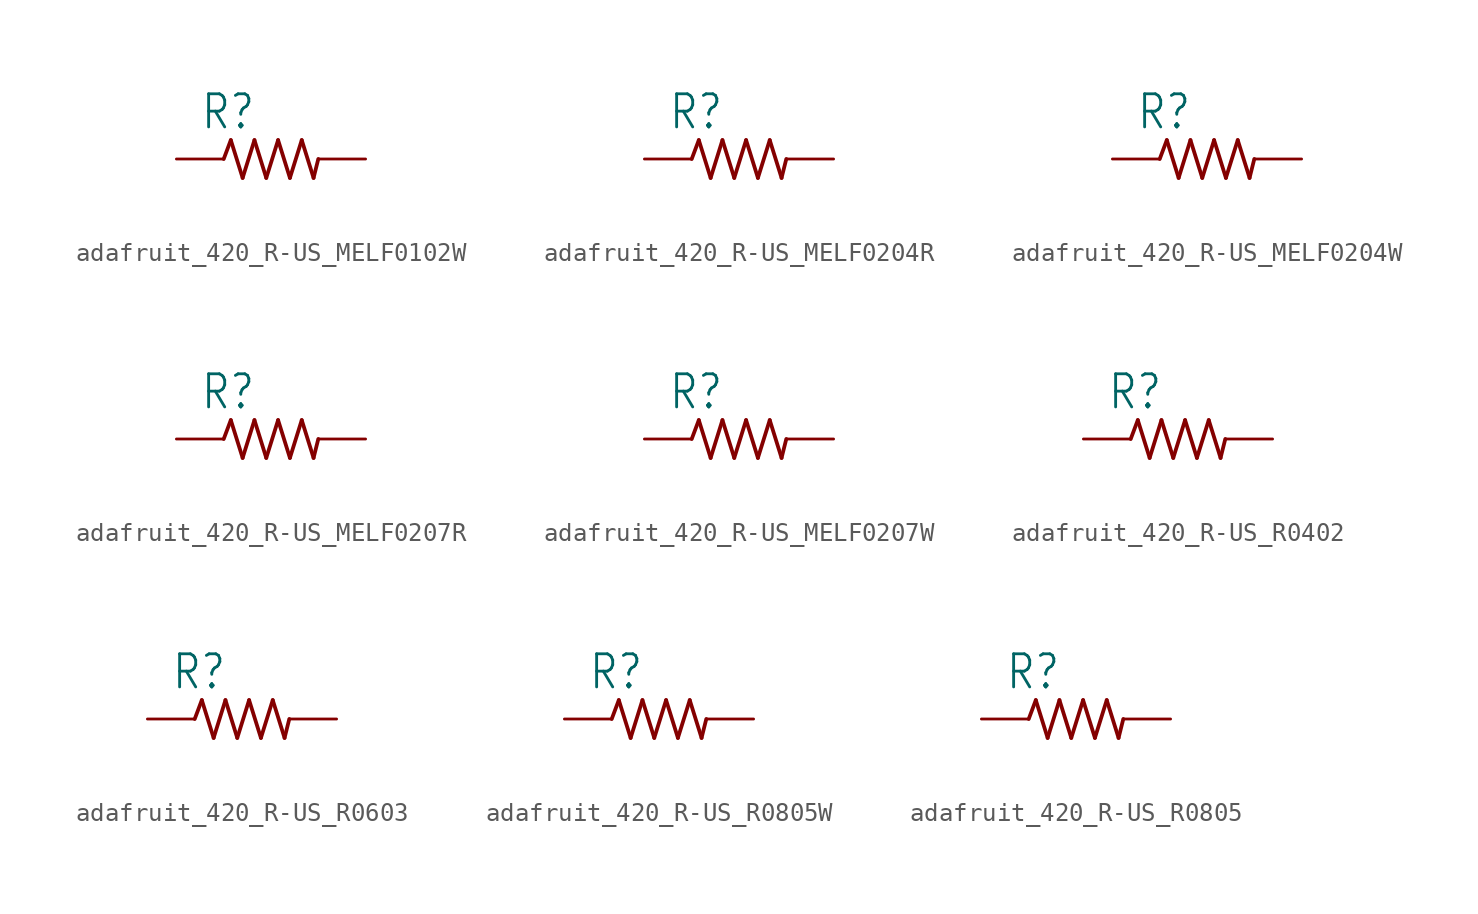
<source format=kicad_sym>
(kicad_symbol_lib
  (version 20241209)
  (generator "kicad_symbol_editor")
  (generator_version "9.0")
  (symbol "adafruit_420_R-US_MELF0102W"
    (property "Reference" "R"
      (at -3.81 1.499 0)
      (effects (font (size 1.778 1.511)) (justify left bottom)))
    (property "Value" ""
      (at -3.81 -3.302 0)
      (effects (font (size 1.778 1.511)) (justify left bottom)))
    (property "ki_locked" ""
      (at 0 0 0)
      (effects (font (size 1.27 1.27))))
    (symbol "adafruit_420_R-US_MELF0102W_1_0"
      (polyline (pts (xy -2.54 0) (xy -2.159 1.016)) (stroke (width 0.203) (type solid)) (fill (type none)))
      (polyline (pts (xy -2.159 1.016) (xy -1.524 -1.016)) (stroke (width 0.203) (type solid)) (fill (type none)))
      (polyline (pts (xy -1.524 -1.016) (xy -0.889 1.016)) (stroke (width 0.203) (type solid)) (fill (type none)))
      (polyline (pts (xy -0.889 1.016) (xy -0.254 -1.016)) (stroke (width 0.203) (type solid)) (fill (type none)))
      (polyline (pts (xy -0.254 -1.016) (xy 0.381 1.016)) (stroke (width 0.203) (type solid)) (fill (type none)))
      (polyline (pts (xy 0.381 1.016) (xy 1.016 -1.016)) (stroke (width 0.203) (type solid)) (fill (type none)))
      (polyline (pts (xy 1.016 -1.016) (xy 1.651 1.016)) (stroke (width 0.203) (type solid)) (fill (type none)))
      (polyline (pts (xy 1.651 1.016) (xy 2.286 -1.016)) (stroke (width 0.203) (type solid)) (fill (type none)))
      (polyline (pts (xy 2.286 -1.016) (xy 2.54 0)) (stroke (width 0.203) (type solid)) (fill (type none)))
      (pin passive line (at -5.08 0 0) (length 2.54) (name "1" (effects (font (size 0 0)))) (number "1" (effects (font (size 0 0)))))
      (pin passive line (at 5.08 0 180) (length 2.54) (name "2" (effects (font (size 0 0)))) (number "2" (effects (font (size 0 0)))))))
  (symbol "adafruit_420_R-US_MELF0204R"
    (property "Reference" "R"
      (at -3.81 1.499 0)
      (effects (font (size 1.778 1.511)) (justify left bottom)))
    (property "Value" ""
      (at -3.81 -3.302 0)
      (effects (font (size 1.778 1.511)) (justify left bottom)))
    (property "ki_locked" ""
      (at 0 0 0)
      (effects (font (size 1.27 1.27))))
    (symbol "adafruit_420_R-US_MELF0204R_1_0"
      (polyline (pts (xy -2.54 0) (xy -2.159 1.016)) (stroke (width 0.203) (type solid)) (fill (type none)))
      (polyline (pts (xy -2.159 1.016) (xy -1.524 -1.016)) (stroke (width 0.203) (type solid)) (fill (type none)))
      (polyline (pts (xy -1.524 -1.016) (xy -0.889 1.016)) (stroke (width 0.203) (type solid)) (fill (type none)))
      (polyline (pts (xy -0.889 1.016) (xy -0.254 -1.016)) (stroke (width 0.203) (type solid)) (fill (type none)))
      (polyline (pts (xy -0.254 -1.016) (xy 0.381 1.016)) (stroke (width 0.203) (type solid)) (fill (type none)))
      (polyline (pts (xy 0.381 1.016) (xy 1.016 -1.016)) (stroke (width 0.203) (type solid)) (fill (type none)))
      (polyline (pts (xy 1.016 -1.016) (xy 1.651 1.016)) (stroke (width 0.203) (type solid)) (fill (type none)))
      (polyline (pts (xy 1.651 1.016) (xy 2.286 -1.016)) (stroke (width 0.203) (type solid)) (fill (type none)))
      (polyline (pts (xy 2.286 -1.016) (xy 2.54 0)) (stroke (width 0.203) (type solid)) (fill (type none)))
      (pin passive line (at -5.08 0 0) (length 2.54) (name "1" (effects (font (size 0 0)))) (number "1" (effects (font (size 0 0)))))
      (pin passive line (at 5.08 0 180) (length 2.54) (name "2" (effects (font (size 0 0)))) (number "2" (effects (font (size 0 0)))))))
  (symbol "adafruit_420_R-US_MELF0204W"
    (property "Reference" "R"
      (at -3.81 1.499 0)
      (effects (font (size 1.778 1.511)) (justify left bottom)))
    (property "Value" ""
      (at -3.81 -3.302 0)
      (effects (font (size 1.778 1.511)) (justify left bottom)))
    (property "ki_locked" ""
      (at 0 0 0)
      (effects (font (size 1.27 1.27))))
    (symbol "adafruit_420_R-US_MELF0204W_1_0"
      (polyline (pts (xy -2.54 0) (xy -2.159 1.016)) (stroke (width 0.203) (type solid)) (fill (type none)))
      (polyline (pts (xy -2.159 1.016) (xy -1.524 -1.016)) (stroke (width 0.203) (type solid)) (fill (type none)))
      (polyline (pts (xy -1.524 -1.016) (xy -0.889 1.016)) (stroke (width 0.203) (type solid)) (fill (type none)))
      (polyline (pts (xy -0.889 1.016) (xy -0.254 -1.016)) (stroke (width 0.203) (type solid)) (fill (type none)))
      (polyline (pts (xy -0.254 -1.016) (xy 0.381 1.016)) (stroke (width 0.203) (type solid)) (fill (type none)))
      (polyline (pts (xy 0.381 1.016) (xy 1.016 -1.016)) (stroke (width 0.203) (type solid)) (fill (type none)))
      (polyline (pts (xy 1.016 -1.016) (xy 1.651 1.016)) (stroke (width 0.203) (type solid)) (fill (type none)))
      (polyline (pts (xy 1.651 1.016) (xy 2.286 -1.016)) (stroke (width 0.203) (type solid)) (fill (type none)))
      (polyline (pts (xy 2.286 -1.016) (xy 2.54 0)) (stroke (width 0.203) (type solid)) (fill (type none)))
      (pin passive line (at -5.08 0 0) (length 2.54) (name "1" (effects (font (size 0 0)))) (number "1" (effects (font (size 0 0)))))
      (pin passive line (at 5.08 0 180) (length 2.54) (name "2" (effects (font (size 0 0)))) (number "2" (effects (font (size 0 0)))))))
  (symbol "adafruit_420_R-US_MELF0207R"
    (property "Reference" "R"
      (at -3.81 1.499 0)
      (effects (font (size 1.778 1.511)) (justify left bottom)))
    (property "Value" ""
      (at -3.81 -3.302 0)
      (effects (font (size 1.778 1.511)) (justify left bottom)))
    (property "ki_locked" ""
      (at 0 0 0)
      (effects (font (size 1.27 1.27))))
    (symbol "adafruit_420_R-US_MELF0207R_1_0"
      (polyline (pts (xy -2.54 0) (xy -2.159 1.016)) (stroke (width 0.203) (type solid)) (fill (type none)))
      (polyline (pts (xy -2.159 1.016) (xy -1.524 -1.016)) (stroke (width 0.203) (type solid)) (fill (type none)))
      (polyline (pts (xy -1.524 -1.016) (xy -0.889 1.016)) (stroke (width 0.203) (type solid)) (fill (type none)))
      (polyline (pts (xy -0.889 1.016) (xy -0.254 -1.016)) (stroke (width 0.203) (type solid)) (fill (type none)))
      (polyline (pts (xy -0.254 -1.016) (xy 0.381 1.016)) (stroke (width 0.203) (type solid)) (fill (type none)))
      (polyline (pts (xy 0.381 1.016) (xy 1.016 -1.016)) (stroke (width 0.203) (type solid)) (fill (type none)))
      (polyline (pts (xy 1.016 -1.016) (xy 1.651 1.016)) (stroke (width 0.203) (type solid)) (fill (type none)))
      (polyline (pts (xy 1.651 1.016) (xy 2.286 -1.016)) (stroke (width 0.203) (type solid)) (fill (type none)))
      (polyline (pts (xy 2.286 -1.016) (xy 2.54 0)) (stroke (width 0.203) (type solid)) (fill (type none)))
      (pin passive line (at -5.08 0 0) (length 2.54) (name "1" (effects (font (size 0 0)))) (number "1" (effects (font (size 0 0)))))
      (pin passive line (at 5.08 0 180) (length 2.54) (name "2" (effects (font (size 0 0)))) (number "2" (effects (font (size 0 0)))))))
  (symbol "adafruit_420_R-US_MELF0207W"
    (property "Reference" "R"
      (at -3.81 1.499 0)
      (effects (font (size 1.778 1.511)) (justify left bottom)))
    (property "Value" ""
      (at -3.81 -3.302 0)
      (effects (font (size 1.778 1.511)) (justify left bottom)))
    (property "ki_locked" ""
      (at 0 0 0)
      (effects (font (size 1.27 1.27))))
    (symbol "adafruit_420_R-US_MELF0207W_1_0"
      (polyline (pts (xy -2.54 0) (xy -2.159 1.016)) (stroke (width 0.203) (type solid)) (fill (type none)))
      (polyline (pts (xy -2.159 1.016) (xy -1.524 -1.016)) (stroke (width 0.203) (type solid)) (fill (type none)))
      (polyline (pts (xy -1.524 -1.016) (xy -0.889 1.016)) (stroke (width 0.203) (type solid)) (fill (type none)))
      (polyline (pts (xy -0.889 1.016) (xy -0.254 -1.016)) (stroke (width 0.203) (type solid)) (fill (type none)))
      (polyline (pts (xy -0.254 -1.016) (xy 0.381 1.016)) (stroke (width 0.203) (type solid)) (fill (type none)))
      (polyline (pts (xy 0.381 1.016) (xy 1.016 -1.016)) (stroke (width 0.203) (type solid)) (fill (type none)))
      (polyline (pts (xy 1.016 -1.016) (xy 1.651 1.016)) (stroke (width 0.203) (type solid)) (fill (type none)))
      (polyline (pts (xy 1.651 1.016) (xy 2.286 -1.016)) (stroke (width 0.203) (type solid)) (fill (type none)))
      (polyline (pts (xy 2.286 -1.016) (xy 2.54 0)) (stroke (width 0.203) (type solid)) (fill (type none)))
      (pin passive line (at -5.08 0 0) (length 2.54) (name "1" (effects (font (size 0 0)))) (number "1" (effects (font (size 0 0)))))
      (pin passive line (at 5.08 0 180) (length 2.54) (name "2" (effects (font (size 0 0)))) (number "2" (effects (font (size 0 0)))))))
  (symbol "adafruit_420_R-US_R0402"
    (property "Reference" "R"
      (at -3.81 1.499 0)
      (effects (font (size 1.778 1.511)) (justify left bottom)))
    (property "Value" ""
      (at -3.81 -3.302 0)
      (effects (font (size 1.778 1.511)) (justify left bottom)))
    (property "ki_locked" ""
      (at 0 0 0)
      (effects (font (size 1.27 1.27))))
    (symbol "adafruit_420_R-US_R0402_1_0"
      (polyline (pts (xy -2.54 0) (xy -2.159 1.016)) (stroke (width 0.203) (type solid)) (fill (type none)))
      (polyline (pts (xy -2.159 1.016) (xy -1.524 -1.016)) (stroke (width 0.203) (type solid)) (fill (type none)))
      (polyline (pts (xy -1.524 -1.016) (xy -0.889 1.016)) (stroke (width 0.203) (type solid)) (fill (type none)))
      (polyline (pts (xy -0.889 1.016) (xy -0.254 -1.016)) (stroke (width 0.203) (type solid)) (fill (type none)))
      (polyline (pts (xy -0.254 -1.016) (xy 0.381 1.016)) (stroke (width 0.203) (type solid)) (fill (type none)))
      (polyline (pts (xy 0.381 1.016) (xy 1.016 -1.016)) (stroke (width 0.203) (type solid)) (fill (type none)))
      (polyline (pts (xy 1.016 -1.016) (xy 1.651 1.016)) (stroke (width 0.203) (type solid)) (fill (type none)))
      (polyline (pts (xy 1.651 1.016) (xy 2.286 -1.016)) (stroke (width 0.203) (type solid)) (fill (type none)))
      (polyline (pts (xy 2.286 -1.016) (xy 2.54 0)) (stroke (width 0.203) (type solid)) (fill (type none)))
      (pin passive line (at -5.08 0 0) (length 2.54) (name "1" (effects (font (size 0 0)))) (number "1" (effects (font (size 0 0)))))
      (pin passive line (at 5.08 0 180) (length 2.54) (name "2" (effects (font (size 0 0)))) (number "2" (effects (font (size 0 0)))))))
  (symbol "adafruit_420_R-US_R0603"
    (property "Reference" "R"
      (at -3.81 1.499 0)
      (effects (font (size 1.778 1.511)) (justify left bottom)))
    (property "Value" ""
      (at -3.81 -3.302 0)
      (effects (font (size 1.778 1.511)) (justify left bottom)))
    (property "ki_locked" ""
      (at 0 0 0)
      (effects (font (size 1.27 1.27))))
    (symbol "adafruit_420_R-US_R0603_1_0"
      (polyline (pts (xy -2.54 0) (xy -2.159 1.016)) (stroke (width 0.203) (type solid)) (fill (type none)))
      (polyline (pts (xy -2.159 1.016) (xy -1.524 -1.016)) (stroke (width 0.203) (type solid)) (fill (type none)))
      (polyline (pts (xy -1.524 -1.016) (xy -0.889 1.016)) (stroke (width 0.203) (type solid)) (fill (type none)))
      (polyline (pts (xy -0.889 1.016) (xy -0.254 -1.016)) (stroke (width 0.203) (type solid)) (fill (type none)))
      (polyline (pts (xy -0.254 -1.016) (xy 0.381 1.016)) (stroke (width 0.203) (type solid)) (fill (type none)))
      (polyline (pts (xy 0.381 1.016) (xy 1.016 -1.016)) (stroke (width 0.203) (type solid)) (fill (type none)))
      (polyline (pts (xy 1.016 -1.016) (xy 1.651 1.016)) (stroke (width 0.203) (type solid)) (fill (type none)))
      (polyline (pts (xy 1.651 1.016) (xy 2.286 -1.016)) (stroke (width 0.203) (type solid)) (fill (type none)))
      (polyline (pts (xy 2.286 -1.016) (xy 2.54 0)) (stroke (width 0.203) (type solid)) (fill (type none)))
      (pin passive line (at -5.08 0 0) (length 2.54) (name "1" (effects (font (size 0 0)))) (number "1" (effects (font (size 0 0)))))
      (pin passive line (at 5.08 0 180) (length 2.54) (name "2" (effects (font (size 0 0)))) (number "2" (effects (font (size 0 0)))))))
  (symbol "adafruit_420_R-US_R0805W"
    (property "Reference" "R"
      (at -3.81 1.499 0)
      (effects (font (size 1.778 1.511)) (justify left bottom)))
    (property "Value" ""
      (at -3.81 -3.302 0)
      (effects (font (size 1.778 1.511)) (justify left bottom)))
    (property "ki_locked" ""
      (at 0 0 0)
      (effects (font (size 1.27 1.27))))
    (symbol "adafruit_420_R-US_R0805W_1_0"
      (polyline (pts (xy -2.54 0) (xy -2.159 1.016)) (stroke (width 0.203) (type solid)) (fill (type none)))
      (polyline (pts (xy -2.159 1.016) (xy -1.524 -1.016)) (stroke (width 0.203) (type solid)) (fill (type none)))
      (polyline (pts (xy -1.524 -1.016) (xy -0.889 1.016)) (stroke (width 0.203) (type solid)) (fill (type none)))
      (polyline (pts (xy -0.889 1.016) (xy -0.254 -1.016)) (stroke (width 0.203) (type solid)) (fill (type none)))
      (polyline (pts (xy -0.254 -1.016) (xy 0.381 1.016)) (stroke (width 0.203) (type solid)) (fill (type none)))
      (polyline (pts (xy 0.381 1.016) (xy 1.016 -1.016)) (stroke (width 0.203) (type solid)) (fill (type none)))
      (polyline (pts (xy 1.016 -1.016) (xy 1.651 1.016)) (stroke (width 0.203) (type solid)) (fill (type none)))
      (polyline (pts (xy 1.651 1.016) (xy 2.286 -1.016)) (stroke (width 0.203) (type solid)) (fill (type none)))
      (polyline (pts (xy 2.286 -1.016) (xy 2.54 0)) (stroke (width 0.203) (type solid)) (fill (type none)))
      (pin passive line (at -5.08 0 0) (length 2.54) (name "1" (effects (font (size 0 0)))) (number "1" (effects (font (size 0 0)))))
      (pin passive line (at 5.08 0 180) (length 2.54) (name "2" (effects (font (size 0 0)))) (number "2" (effects (font (size 0 0)))))))
  (symbol "adafruit_420_R-US_R0805"
    (property "Reference" "R"
      (at -3.81 1.499 0)
      (effects (font (size 1.778 1.511)) (justify left bottom)))
    (property "Value" ""
      (at -3.81 -3.302 0)
      (effects (font (size 1.778 1.511)) (justify left bottom)))
    (property "ki_locked" ""
      (at 0 0 0)
      (effects (font (size 1.27 1.27))))
    (symbol "adafruit_420_R-US_R0805_1_0"
      (polyline (pts (xy -2.54 0) (xy -2.159 1.016)) (stroke (width 0.203) (type solid)) (fill (type none)))
      (polyline (pts (xy -2.159 1.016) (xy -1.524 -1.016)) (stroke (width 0.203) (type solid)) (fill (type none)))
      (polyline (pts (xy -1.524 -1.016) (xy -0.889 1.016)) (stroke (width 0.203) (type solid)) (fill (type none)))
      (polyline (pts (xy -0.889 1.016) (xy -0.254 -1.016)) (stroke (width 0.203) (type solid)) (fill (type none)))
      (polyline (pts (xy -0.254 -1.016) (xy 0.381 1.016)) (stroke (width 0.203) (type solid)) (fill (type none)))
      (polyline (pts (xy 0.381 1.016) (xy 1.016 -1.016)) (stroke (width 0.203) (type solid)) (fill (type none)))
      (polyline (pts (xy 1.016 -1.016) (xy 1.651 1.016)) (stroke (width 0.203) (type solid)) (fill (type none)))
      (polyline (pts (xy 1.651 1.016) (xy 2.286 -1.016)) (stroke (width 0.203) (type solid)) (fill (type none)))
      (polyline (pts (xy 2.286 -1.016) (xy 2.54 0)) (stroke (width 0.203) (type solid)) (fill (type none)))
      (pin passive line (at -5.08 0 0) (length 2.54) (name "1" (effects (font (size 0 0)))) (number "1" (effects (font (size 0 0)))))
      (pin passive line (at 5.08 0 180) (length 2.54) (name "2" (effects (font (size 0 0)))) (number "2" (effects (font (size 0 0))))))))
</source>
